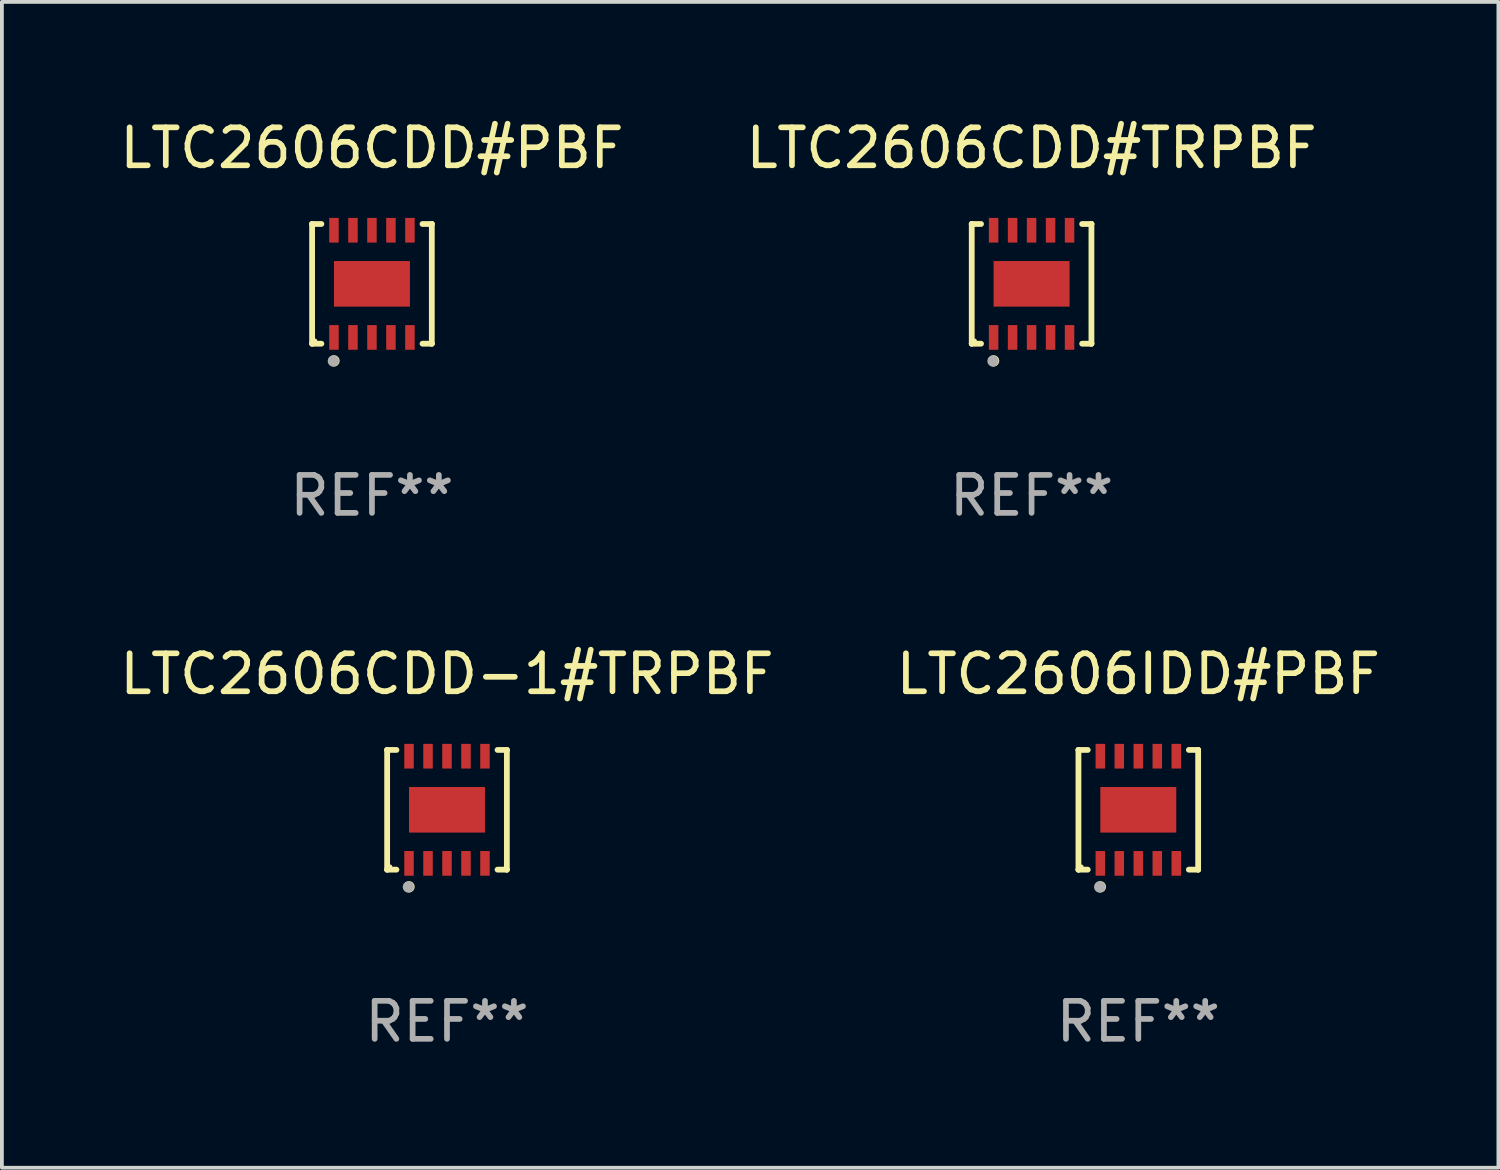
<source format=kicad_pcb>
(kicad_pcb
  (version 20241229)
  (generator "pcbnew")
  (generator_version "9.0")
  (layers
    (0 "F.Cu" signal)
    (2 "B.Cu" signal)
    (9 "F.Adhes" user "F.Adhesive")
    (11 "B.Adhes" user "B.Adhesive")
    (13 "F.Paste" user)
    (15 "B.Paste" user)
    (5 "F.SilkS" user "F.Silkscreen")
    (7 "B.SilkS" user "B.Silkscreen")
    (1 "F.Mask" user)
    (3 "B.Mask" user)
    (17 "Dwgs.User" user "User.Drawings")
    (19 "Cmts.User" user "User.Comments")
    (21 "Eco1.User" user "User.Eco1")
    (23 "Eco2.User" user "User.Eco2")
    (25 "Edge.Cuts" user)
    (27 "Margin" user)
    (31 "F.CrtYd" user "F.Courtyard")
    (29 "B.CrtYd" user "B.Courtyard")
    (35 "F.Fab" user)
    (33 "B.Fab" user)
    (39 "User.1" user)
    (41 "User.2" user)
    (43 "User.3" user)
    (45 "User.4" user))
  (footprint "LTC2606CDD-1#TRPBF"
    (layer "F.Cu")
    (at 8.72 18.273)
    (property "Reference" "LTC2606CDD-1#TRPBF" (at 0 -3.576 0) (layer "F.SilkS") (effects (font (size 1 1) (thickness 0.15))))
    (attr through_hole)
    (fp_line (start -1.576 -1.576) (end -1.576 -1.576) (stroke (width 0.152) (type solid)) (layer "F.SilkS"))
    (fp_line (start -1.576 -1.576) (end -1.331 -1.576) (stroke (width 0.152) (type solid)) (layer "F.SilkS"))
    (fp_line (start -1.576 1.576) (end -1.576 -1.576) (stroke (width 0.152) (type solid)) (layer "F.SilkS"))
    (fp_line (start -1.576 1.576) (end -1.576 1.576) (stroke (width 0.152) (type solid)) (layer "F.SilkS"))
    (fp_line (start -1.331 1.576) (end -1.576 1.576) (stroke (width 0.152) (type solid)) (layer "F.SilkS"))
    (fp_line (start 1.331 1.576) (end 1.576 1.576) (stroke (width 0.152) (type solid)) (layer "F.SilkS"))
    (fp_line (start 1.576 -1.576) (end 1.331 -1.576) (stroke (width 0.152) (type solid)) (layer "F.SilkS"))
    (fp_line (start 1.576 -1.576) (end 1.576 -1.576) (stroke (width 0.152) (type solid)) (layer "F.SilkS"))
    (fp_line (start 1.576 1.576) (end 1.576 -1.576) (stroke (width 0.152) (type solid)) (layer "F.SilkS"))
    (fp_line (start 1.576 1.576) (end 1.576 1.576) (stroke (width 0.152) (type solid)) (layer "F.SilkS"))
    (fp_circle (center -1.5 1.5) (end -1.47 1.5) (stroke (width 0.06) (type solid)) (fill no) (layer "F.SilkS"))
    (fp_circle (center -1 2.028) (end -0.925 2.028) (stroke (width 0.15) (type solid)) (fill no) (layer "F.SilkS"))
    (fp_circle (center -1.016 2.032) (end -0.941 2.032) (stroke (width 0.15) (type solid)) (fill no) (layer "F.Fab"))
    (fp_text user "REF**" (at 0 5.576 0) (layer "F.Fab") (effects (font (size 1 1) (thickness 0.15))))
    (pad "1" smd rect (at -1 1.411) (size 0.25 0.65) (layers "F.Cu" "F.Mask" "F.Paste"))
    (pad "2" smd rect (at -0.5 1.411) (size 0.25 0.65) (layers "F.Cu" "F.Mask" "F.Paste"))
    (pad "3" smd rect (at 0 1.411) (size 0.25 0.65) (layers "F.Cu" "F.Mask" "F.Paste"))
    (pad "4" smd rect (at 0.5 1.411) (size 0.25 0.65) (layers "F.Cu" "F.Mask" "F.Paste"))
    (pad "5" smd rect (at 1 1.411) (size 0.25 0.65) (layers "F.Cu" "F.Mask" "F.Paste"))
    (pad "6" smd rect (at 1 -1.411) (size 0.25 0.65) (layers "F.Cu" "F.Mask" "F.Paste"))
    (pad "7" smd rect (at 0.5 -1.411) (size 0.25 0.65) (layers "F.Cu" "F.Mask" "F.Paste"))
    (pad "8" smd rect (at 0 -1.411) (size 0.25 0.65) (layers "F.Cu" "F.Mask" "F.Paste"))
    (pad "9" smd rect (at -0.5 -1.411) (size 0.25 0.65) (layers "F.Cu" "F.Mask" "F.Paste"))
    (pad "10" smd rect (at -1 -1.411) (size 0.25 0.65) (layers "F.Cu" "F.Mask" "F.Paste"))
    (pad "11" smd rect (at 0 0) (size 2 1.2) (layers "F.Cu" "F.Mask" "F.Paste")))
  (footprint "LTC2606CDD#PBF"
    (layer "F.Cu")
    (at 6.744 4.424)
    (property "Reference" "LTC2606CDD#PBF" (at 0 -3.576 0) (layer "F.SilkS") (effects (font (size 1 1) (thickness 0.15))))
    (attr through_hole)
    (fp_line (start -1.576 -1.576) (end -1.576 -1.576) (stroke (width 0.152) (type solid)) (layer "F.SilkS"))
    (fp_line (start -1.576 -1.576) (end -1.331 -1.576) (stroke (width 0.152) (type solid)) (layer "F.SilkS"))
    (fp_line (start -1.576 1.576) (end -1.576 -1.576) (stroke (width 0.152) (type solid)) (layer "F.SilkS"))
    (fp_line (start -1.576 1.576) (end -1.576 1.576) (stroke (width 0.152) (type solid)) (layer "F.SilkS"))
    (fp_line (start -1.331 1.576) (end -1.576 1.576) (stroke (width 0.152) (type solid)) (layer "F.SilkS"))
    (fp_line (start 1.331 1.576) (end 1.576 1.576) (stroke (width 0.152) (type solid)) (layer "F.SilkS"))
    (fp_line (start 1.576 -1.576) (end 1.331 -1.576) (stroke (width 0.152) (type solid)) (layer "F.SilkS"))
    (fp_line (start 1.576 -1.576) (end 1.576 -1.576) (stroke (width 0.152) (type solid)) (layer "F.SilkS"))
    (fp_line (start 1.576 1.576) (end 1.576 -1.576) (stroke (width 0.152) (type solid)) (layer "F.SilkS"))
    (fp_line (start 1.576 1.576) (end 1.576 1.576) (stroke (width 0.152) (type solid)) (layer "F.SilkS"))
    (fp_circle (center -1.5 1.5) (end -1.47 1.5) (stroke (width 0.06) (type solid)) (fill no) (layer "F.SilkS"))
    (fp_circle (center -1 2.028) (end -0.925 2.028) (stroke (width 0.15) (type solid)) (fill no) (layer "F.SilkS"))
    (fp_circle (center -1.016 2.032) (end -0.941 2.032) (stroke (width 0.15) (type solid)) (fill no) (layer "F.Fab"))
    (fp_text user "REF**" (at 0 5.576 0) (layer "F.Fab") (effects (font (size 1 1) (thickness 0.15))))
    (pad "1" smd rect (at -1 1.411) (size 0.25 0.65) (layers "F.Cu" "F.Mask" "F.Paste"))
    (pad "2" smd rect (at -0.5 1.411) (size 0.25 0.65) (layers "F.Cu" "F.Mask" "F.Paste"))
    (pad "3" smd rect (at 0 1.411) (size 0.25 0.65) (layers "F.Cu" "F.Mask" "F.Paste"))
    (pad "4" smd rect (at 0.5 1.411) (size 0.25 0.65) (layers "F.Cu" "F.Mask" "F.Paste"))
    (pad "5" smd rect (at 1 1.411) (size 0.25 0.65) (layers "F.Cu" "F.Mask" "F.Paste"))
    (pad "6" smd rect (at 1 -1.411) (size 0.25 0.65) (layers "F.Cu" "F.Mask" "F.Paste"))
    (pad "7" smd rect (at 0.5 -1.411) (size 0.25 0.65) (layers "F.Cu" "F.Mask" "F.Paste"))
    (pad "8" smd rect (at 0 -1.411) (size 0.25 0.65) (layers "F.Cu" "F.Mask" "F.Paste"))
    (pad "9" smd rect (at -0.5 -1.411) (size 0.25 0.65) (layers "F.Cu" "F.Mask" "F.Paste"))
    (pad "10" smd rect (at -1 -1.411) (size 0.25 0.65) (layers "F.Cu" "F.Mask" "F.Paste"))
    (pad "11" smd rect (at 0 0) (size 2 1.2) (layers "F.Cu" "F.Mask" "F.Paste")))
  (footprint "LTC2606CDD#TRPBF"
    (layer "F.Cu")
    (at 24.113 4.424)
    (property "Reference" "LTC2606CDD#TRPBF" (at 0 -3.576 0) (layer "F.SilkS") (effects (font (size 1 1) (thickness 0.15))))
    (attr through_hole)
    (fp_line (start -1.576 -1.576) (end -1.576 -1.576) (stroke (width 0.152) (type solid)) (layer "F.SilkS"))
    (fp_line (start -1.576 -1.576) (end -1.331 -1.576) (stroke (width 0.152) (type solid)) (layer "F.SilkS"))
    (fp_line (start -1.576 1.576) (end -1.576 -1.576) (stroke (width 0.152) (type solid)) (layer "F.SilkS"))
    (fp_line (start -1.576 1.576) (end -1.576 1.576) (stroke (width 0.152) (type solid)) (layer "F.SilkS"))
    (fp_line (start -1.331 1.576) (end -1.576 1.576) (stroke (width 0.152) (type solid)) (layer "F.SilkS"))
    (fp_line (start 1.331 1.576) (end 1.576 1.576) (stroke (width 0.152) (type solid)) (layer "F.SilkS"))
    (fp_line (start 1.576 -1.576) (end 1.331 -1.576) (stroke (width 0.152) (type solid)) (layer "F.SilkS"))
    (fp_line (start 1.576 -1.576) (end 1.576 -1.576) (stroke (width 0.152) (type solid)) (layer "F.SilkS"))
    (fp_line (start 1.576 1.576) (end 1.576 -1.576) (stroke (width 0.152) (type solid)) (layer "F.SilkS"))
    (fp_line (start 1.576 1.576) (end 1.576 1.576) (stroke (width 0.152) (type solid)) (layer "F.SilkS"))
    (fp_circle (center -1.5 1.5) (end -1.47 1.5) (stroke (width 0.06) (type solid)) (fill no) (layer "F.SilkS"))
    (fp_circle (center -1 2.028) (end -0.925 2.028) (stroke (width 0.15) (type solid)) (fill no) (layer "F.SilkS"))
    (fp_circle (center -1.016 2.032) (end -0.941 2.032) (stroke (width 0.15) (type solid)) (fill no) (layer "F.Fab"))
    (fp_text user "REF**" (at 0 5.576 0) (layer "F.Fab") (effects (font (size 1 1) (thickness 0.15))))
    (pad "1" smd rect (at -1 1.411) (size 0.25 0.65) (layers "F.Cu" "F.Mask" "F.Paste"))
    (pad "2" smd rect (at -0.5 1.411) (size 0.25 0.65) (layers "F.Cu" "F.Mask" "F.Paste"))
    (pad "3" smd rect (at 0 1.411) (size 0.25 0.65) (layers "F.Cu" "F.Mask" "F.Paste"))
    (pad "4" smd rect (at 0.5 1.411) (size 0.25 0.65) (layers "F.Cu" "F.Mask" "F.Paste"))
    (pad "5" smd rect (at 1 1.411) (size 0.25 0.65) (layers "F.Cu" "F.Mask" "F.Paste"))
    (pad "6" smd rect (at 1 -1.411) (size 0.25 0.65) (layers "F.Cu" "F.Mask" "F.Paste"))
    (pad "7" smd rect (at 0.5 -1.411) (size 0.25 0.65) (layers "F.Cu" "F.Mask" "F.Paste"))
    (pad "8" smd rect (at 0 -1.411) (size 0.25 0.65) (layers "F.Cu" "F.Mask" "F.Paste"))
    (pad "9" smd rect (at -0.5 -1.411) (size 0.25 0.65) (layers "F.Cu" "F.Mask" "F.Paste"))
    (pad "10" smd rect (at -1 -1.411) (size 0.25 0.65) (layers "F.Cu" "F.Mask" "F.Paste"))
    (pad "11" smd rect (at 0 0) (size 2 1.2) (layers "F.Cu" "F.Mask" "F.Paste")))
  (footprint "LTC2606IDD#PBF"
    (layer "F.Cu")
    (at 26.923 18.273)
    (property "Reference" "LTC2606IDD#PBF" (at 0 -3.576 0) (layer "F.SilkS") (effects (font (size 1 1) (thickness 0.15))))
    (attr through_hole)
    (fp_line (start -1.576 -1.576) (end -1.576 -1.576) (stroke (width 0.152) (type solid)) (layer "F.SilkS"))
    (fp_line (start -1.576 -1.576) (end -1.331 -1.576) (stroke (width 0.152) (type solid)) (layer "F.SilkS"))
    (fp_line (start -1.576 1.576) (end -1.576 -1.576) (stroke (width 0.152) (type solid)) (layer "F.SilkS"))
    (fp_line (start -1.576 1.576) (end -1.576 1.576) (stroke (width 0.152) (type solid)) (layer "F.SilkS"))
    (fp_line (start -1.331 1.576) (end -1.576 1.576) (stroke (width 0.152) (type solid)) (layer "F.SilkS"))
    (fp_line (start 1.331 1.576) (end 1.576 1.576) (stroke (width 0.152) (type solid)) (layer "F.SilkS"))
    (fp_line (start 1.576 -1.576) (end 1.331 -1.576) (stroke (width 0.152) (type solid)) (layer "F.SilkS"))
    (fp_line (start 1.576 -1.576) (end 1.576 -1.576) (stroke (width 0.152) (type solid)) (layer "F.SilkS"))
    (fp_line (start 1.576 1.576) (end 1.576 -1.576) (stroke (width 0.152) (type solid)) (layer "F.SilkS"))
    (fp_line (start 1.576 1.576) (end 1.576 1.576) (stroke (width 0.152) (type solid)) (layer "F.SilkS"))
    (fp_circle (center -1.5 1.5) (end -1.47 1.5) (stroke (width 0.06) (type solid)) (fill no) (layer "F.SilkS"))
    (fp_circle (center -1 2.028) (end -0.925 2.028) (stroke (width 0.15) (type solid)) (fill no) (layer "F.SilkS"))
    (fp_circle (center -1.016 2.032) (end -0.941 2.032) (stroke (width 0.15) (type solid)) (fill no) (layer "F.Fab"))
    (fp_text user "REF**" (at 0 5.576 0) (layer "F.Fab") (effects (font (size 1 1) (thickness 0.15))))
    (pad "1" smd rect (at -1 1.411) (size 0.25 0.65) (layers "F.Cu" "F.Mask" "F.Paste"))
    (pad "2" smd rect (at -0.5 1.411) (size 0.25 0.65) (layers "F.Cu" "F.Mask" "F.Paste"))
    (pad "3" smd rect (at 0 1.411) (size 0.25 0.65) (layers "F.Cu" "F.Mask" "F.Paste"))
    (pad "4" smd rect (at 0.5 1.411) (size 0.25 0.65) (layers "F.Cu" "F.Mask" "F.Paste"))
    (pad "5" smd rect (at 1 1.411) (size 0.25 0.65) (layers "F.Cu" "F.Mask" "F.Paste"))
    (pad "6" smd rect (at 1 -1.411) (size 0.25 0.65) (layers "F.Cu" "F.Mask" "F.Paste"))
    (pad "7" smd rect (at 0.5 -1.411) (size 0.25 0.65) (layers "F.Cu" "F.Mask" "F.Paste"))
    (pad "8" smd rect (at 0 -1.411) (size 0.25 0.65) (layers "F.Cu" "F.Mask" "F.Paste"))
    (pad "9" smd rect (at -0.5 -1.411) (size 0.25 0.65) (layers "F.Cu" "F.Mask" "F.Paste"))
    (pad "10" smd rect (at -1 -1.411) (size 0.25 0.65) (layers "F.Cu" "F.Mask" "F.Paste"))
    (pad "11" smd rect (at 0 0) (size 2 1.2) (layers "F.Cu" "F.Mask" "F.Paste")))
  (gr_rect
    (start -3 -3)
    (end 36.405 27.698)
    (stroke (width 0.1) (type default))
    (fill no)
    (layer "Edge.Cuts")))
</source>
